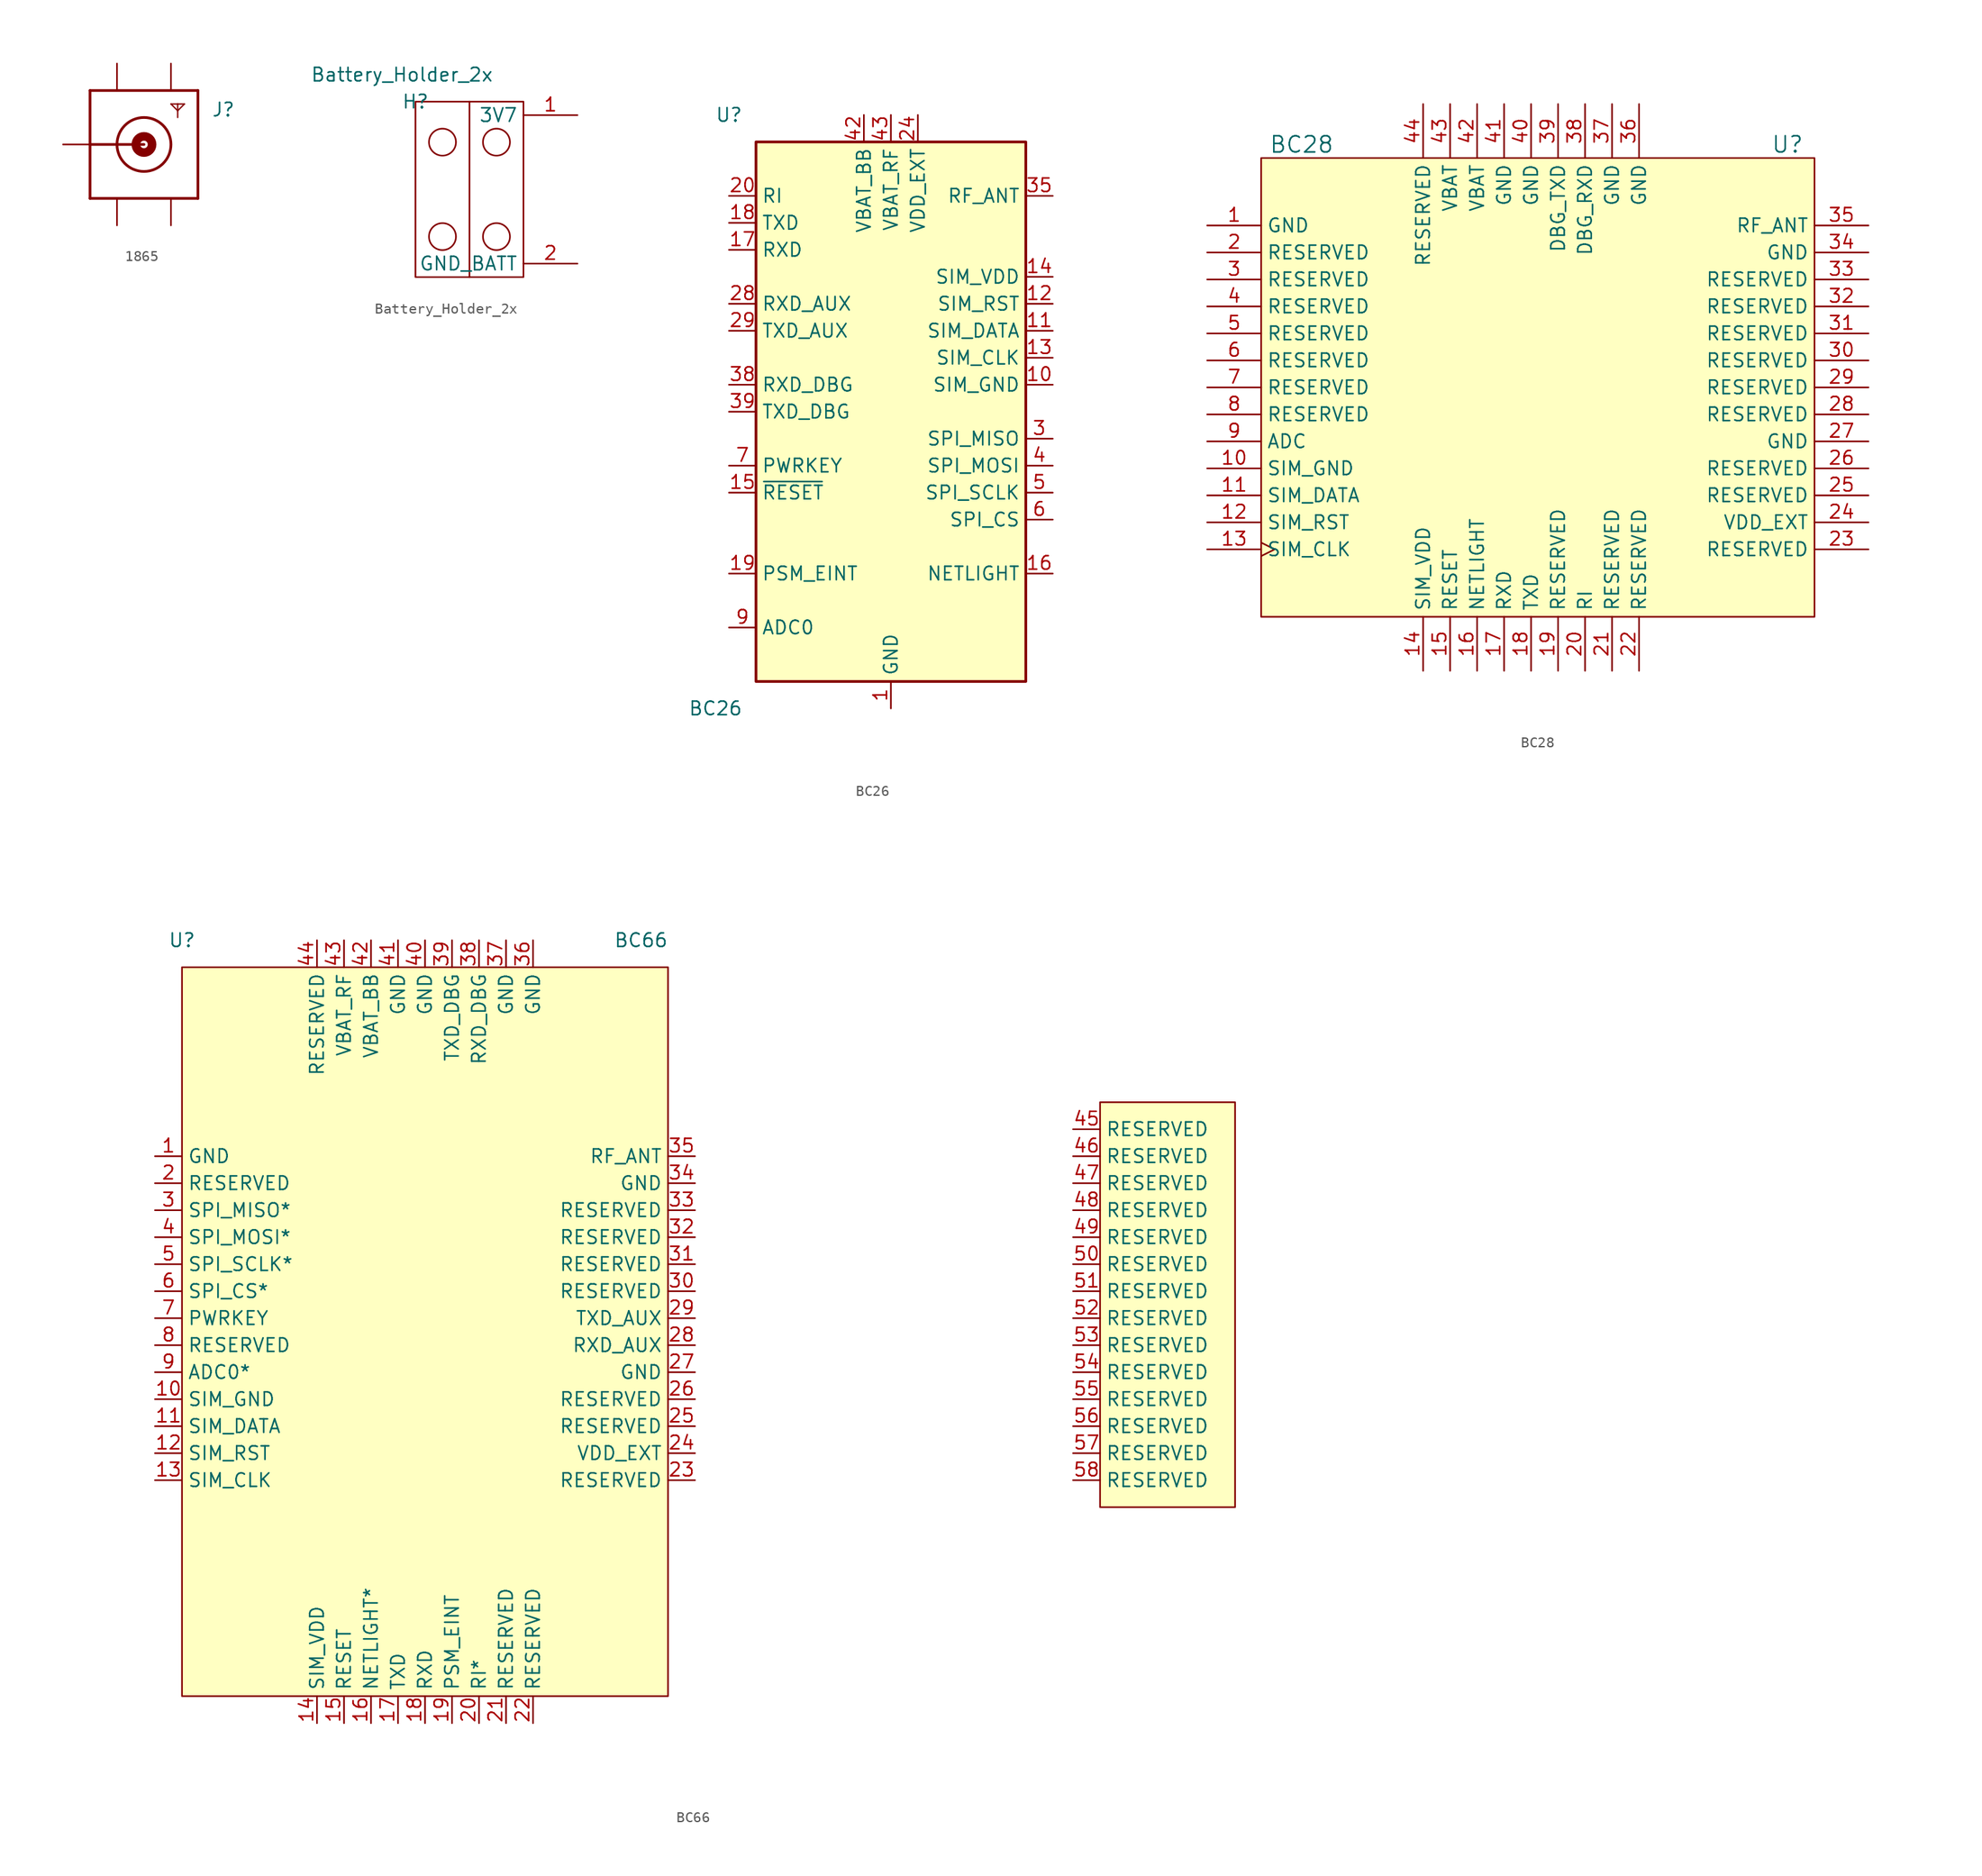
<source format=kicad_sym>
(kicad_symbol_lib
  (version 20200126)
  (host kicad_symbol_editor "(5.99.0-1734-g575ad7128)")
  (symbol "DLY_Customized:1865"
    (pin_numbers hide)
    (pin_names hide)
    (property "Reference" "J"
      (at 6.35 2.54 0)
      (effects (font (size 1.27 1.27)) (justify left bottom)))
    (property "ki_locked" ""
      (at 0 0 0))
    (symbol "1865_0_0"
      (circle (center 0 0) (radius 0.356) (stroke (width 0.813)))
      (circle (center 0 0) (radius 2.54) (stroke (width 0.254)))
      (polyline (pts (xy -5.08 -5.08) (xy -5.08 0)) (stroke (width 0.254)))
      (polyline (pts (xy -5.08 0) (xy -5.08 5.08)) (stroke (width 0.254)))
      (polyline (pts (xy -5.08 0) (xy 0 0)) (stroke (width 0.254)))
      (polyline (pts (xy -5.08 5.08) (xy 5.08 5.08)) (stroke (width 0.254)))
      (polyline (pts (xy 2.54 3.81) (xy 3.175 3.81)) (stroke (width 0.127)))
      (polyline (pts (xy 3.175 3.175) (xy 2.54 3.81)) (stroke (width 0.127)))
      (polyline (pts (xy 3.175 3.81) (xy 3.175 2.54)) (stroke (width 0.127)))
      (polyline (pts (xy 3.175 3.81) (xy 3.81 3.81)) (stroke (width 0.127)))
      (polyline (pts (xy 3.81 3.81) (xy 3.175 3.175)) (stroke (width 0.127)))
      (polyline (pts (xy 5.08 -5.08) (xy -5.08 -5.08)) (stroke (width 0.254)))
      (polyline (pts (xy 5.08 5.08) (xy 5.08 -5.08)) (stroke (width 0.254)))
      (pin power_in line (at 2.54 7.62 270) (length 2.54) (name "GND1" (effects (font (size 1.016 1.016)))) (number "GND1" (effects (font (size 1.016 1.016)))))
      (pin power_in line (at 2.54 -7.62 90) (length 2.54) (name "GND2" (effects (font (size 1.016 1.016)))) (number "GND2" (effects (font (size 1.016 1.016)))))
      (pin power_in line (at -2.54 -7.62 90) (length 2.54) (name "GND3" (effects (font (size 1.016 1.016)))) (number "GND3" (effects (font (size 1.016 1.016)))))
      (pin power_in line (at -2.54 7.62 270) (length 2.54) (name "GND4" (effects (font (size 1.016 1.016)))) (number "GND4" (effects (font (size 1.016 1.016)))))
      (pin bidirectional line (at -7.62 0 0) (length 2.54) (name "P" (effects (font (size 1.016 1.016)))) (number "P" (effects (font (size 1.016 1.016)))))))
  (symbol "DLY_Customized:Battery_Holder_2x"
    (property "Reference" "H"
      (at 0 0 0))
    (property "Value" "Battery_Holder_2x"
      (at -1.27 2.54 0))
    (symbol "Battery_Holder_2x_0_1"
      (circle (center 2.54 -12.7) (radius 1.27))
      (circle (center 2.54 -3.81) (radius 1.27))
      (circle (center 7.62 -12.7) (radius 1.27))
      (circle (center 7.62 -3.81) (radius 1.27))
      (rectangle (start 0 0) (end 10.16 -16.51))
      (polyline (pts (xy 5.08 -16.51) (xy 5.08 0))))
    (symbol "Battery_Holder_2x_1_1"
      (pin power_out line (at 15.24 -1.27 180) (length 5.08) (name "3V7") (number "1"))
      (pin power_in line (at 15.24 -15.24 180) (length 5.08) (name "GND_BATT") (number "2"))))
  (symbol "DLY_Customized:BC26"
    (pin_names
      (offset 0.508))
    (property "Reference" "U"
      (at -15.24 25.4 0))
    (property "Value" "BC26"
      (at -16.51 -30.48 0))
    (symbol "BC26_0_1"
      (rectangle (start -12.7 22.86) (end 12.7 -27.94) (stroke (width 0.254)) (fill (type background))))
    (symbol "BC26_1_1"
      (pin power_in line (at 0 -30.48 90) (length 2.54) (name "GND") (number "1"))
      (pin power_out line (at 15.24 0 180) (length 2.54) (name "SIM_GND") (number "10"))
      (pin bidirectional line (at 15.24 5.08 180) (length 2.54) (name "SIM_DATA") (number "11"))
      (pin output line (at 15.24 7.62 180) (length 2.54) (name "SIM_RST") (number "12"))
      (pin output line (at 15.24 2.54 180) (length 2.54) (name "SIM_CLK") (number "13"))
      (pin power_out line (at 15.24 10.16 180) (length 2.54) (name "SIM_VDD") (number "14"))
      (pin input line (at -15.24 -10.16 0) (length 2.54) (name "~RESET") (number "15"))
      (pin output line (at 15.24 -17.78 180) (length 2.54) (name "NETLIGHT") (number "16"))
      (pin input line (at -15.24 12.7 0) (length 2.54) (name "RXD") (number "17"))
      (pin output line (at -15.24 15.24 0) (length 2.54) (name "TXD") (number "18"))
      (pin input line (at -15.24 -17.78 0) (length 2.54) (name "PSM_EINT") (number "19"))
      (pin unconnected line (at -5.08 22.86 270) (length 2.54) (name "RESERVED") (number "2") hide)
      (pin output line (at -15.24 17.78 0) (length 2.54) (name "RI") (number "20"))
      (pin unconnected line (at -12.7 10.16 0) (length 2.54) (name "RESERVED") (number "21") hide)
      (pin unconnected line (at -12.7 2.54 0) (length 2.54) (name "RESERVED") (number "22") hide)
      (pin unconnected line (at -12.7 -5.08 0) (length 2.54) (name "RESERVED") (number "23") hide)
      (pin power_out line (at 2.54 25.4 270) (length 2.54) (name "VDD_EXT") (number "24"))
      (pin unconnected line (at -12.7 -12.7 0) (length 2.54) (name "RESERVED") (number "25") hide)
      (pin unconnected line (at -12.7 -20.32 0) (length 2.54) (name "RESERVED") (number "26") hide)
      (pin passive line (at 0 -30.48 90) (length 2.54) (name "GND") (number "27") hide)
      (pin input line (at -15.24 7.62 0) (length 2.54) (name "RXD_AUX") (number "28"))
      (pin output line (at -15.24 5.08 0) (length 2.54) (name "TXD_AUX") (number "29"))
      (pin input line (at 15.24 -5.08 180) (length 2.54) (name "SPI_MISO") (number "3"))
      (pin unconnected line (at -12.7 -25.4 0) (length 2.54) (name "RESERVED") (number "30") hide)
      (pin unconnected line (at -10.16 -27.94 90) (length 2.54) (name "RESERVED") (number "31") hide)
      (pin unconnected line (at -7.62 -27.94 90) (length 2.54) (name "RESERVED") (number "32") hide)
      (pin unconnected line (at -5.08 -27.94 90) (length 2.54) (name "RESERVED") (number "33") hide)
      (pin passive line (at 0 -30.48 90) (length 2.54) (name "GND") (number "34") hide)
      (pin passive line (at 15.24 17.78 180) (length 2.54) (name "RF_ANT") (number "35"))
      (pin passive line (at 0 -30.48 90) (length 2.54) (name "GND") (number "36") hide)
      (pin passive line (at 0 -30.48 90) (length 2.54) (name "GND") (number "37") hide)
      (pin input line (at -15.24 0 0) (length 2.54) (name "RXD_DBG") (number "38"))
      (pin output line (at -15.24 -2.54 0) (length 2.54) (name "TXD_DBG") (number "39"))
      (pin output line (at 15.24 -7.62 180) (length 2.54) (name "SPI_MOSI") (number "4"))
      (pin passive line (at 0 -30.48 90) (length 2.54) (name "GND") (number "40") hide)
      (pin passive line (at 0 -30.48 90) (length 2.54) (name "GND") (number "41") hide)
      (pin power_in line (at -2.54 25.4 270) (length 2.54) (name "VBAT_BB") (number "42"))
      (pin power_in line (at 0 25.4 270) (length 2.54) (name "VBAT_RF") (number "43"))
      (pin unconnected line (at -2.54 -27.94 90) (length 2.54) (name "RESERVED") (number "44") hide)
      (pin unconnected line (at 5.08 -27.94 90) (length 2.54) (name "RESERVED") (number "45") hide)
      (pin unconnected line (at 7.62 -27.94 90) (length 2.54) (name "RESERVED") (number "46") hide)
      (pin unconnected line (at 10.16 -27.94 90) (length 2.54) (name "RESERVED") (number "47") hide)
      (pin unconnected line (at 12.7 -25.4 180) (length 2.54) (name "RESERVED") (number "48") hide)
      (pin unconnected line (at 12.7 -22.86 180) (length 2.54) (name "RESERVED") (number "49") hide)
      (pin output line (at 15.24 -10.16 180) (length 2.54) (name "SPI_SCLK") (number "5"))
      (pin unconnected line (at 12.7 -20.32 180) (length 2.54) (name "RESERVED") (number "50") hide)
      (pin unconnected line (at -12.7 -15.24 0) (length 2.54) (name "RESERVED") (number "51") hide)
      (pin unconnected line (at 12.7 -15.24 180) (length 2.54) (name "RESERVED") (number "52") hide)
      (pin unconnected line (at 12.7 -2.54 180) (length 2.54) (name "RESERVED") (number "53") hide)
      (pin unconnected line (at 2.54 -27.94 90) (length 2.54) (name "RESERVED") (number "54") hide)
      (pin unconnected line (at 12.7 15.24 180) (length 2.54) (name "RESERVED") (number "55") hide)
      (pin unconnected line (at 12.7 12.7 180) (length 2.54) (name "RESERVED") (number "56") hide)
      (pin unconnected line (at 12.7 20.32 180) (length 2.54) (name "RESERVED") (number "57") hide)
      (pin unconnected line (at 5.08 22.86 270) (length 2.54) (name "RESERVED") (number "58") hide)
      (pin output line (at 15.24 -12.7 180) (length 2.54) (name "SPI_CS") (number "6"))
      (pin input line (at -15.24 -7.62 0) (length 2.54) (name "PWRKEY") (number "7"))
      (pin unconnected line (at -12.7 20.32 0) (length 2.54) (name "RESERVED") (number "8") hide)
      (pin input line (at -15.24 -22.86 0) (length 2.54) (name "ADC0") (number "9"))))
  (symbol "DLY_Customized:BC28"
    (property "Reference" "U"
      (at 49.53 1.27 0)
      (effects (font (size 1.524 1.524))))
    (property "Value" "BC28"
      (at 3.81 1.27 0)
      (effects (font (size 1.524 1.524))))
    (symbol "BC28_0_1"
      (rectangle (start 0 0) (end 52.07 -43.18) (fill (type background))))
    (symbol "BC28_1_1"
      (pin output line (at -5.08 -6.35 0) (length 5.08) (name "GND") (number "1"))
      (pin power_out line (at -5.08 -29.21 0) (length 5.08) (name "SIM_GND") (number "10"))
      (pin bidirectional line (at -5.08 -31.75 0) (length 5.08) (name "SIM_DATA") (number "11"))
      (pin input line (at -5.08 -34.29 0) (length 5.08) (name "SIM_RST") (number "12"))
      (pin input clock (at -5.08 -36.83 0) (length 5.08) (name "SIM_CLK") (number "13"))
      (pin power_out line (at 15.24 -48.26 90) (length 5.08) (name "SIM_VDD") (number "14"))
      (pin input line (at 17.78 -48.26 90) (length 5.08) (name "RESET") (number "15"))
      (pin input line (at 20.32 -48.26 90) (length 5.08) (name "NETLIGHT") (number "16"))
      (pin input line (at 22.86 -48.26 90) (length 5.08) (name "RXD") (number "17"))
      (pin output line (at 25.4 -48.26 90) (length 5.08) (name "TXD") (number "18"))
      (pin input line (at 27.94 -48.26 90) (length 5.08) (name "RESERVED") (number "19"))
      (pin input line (at -5.08 -8.89 0) (length 5.08) (name "RESERVED") (number "2"))
      (pin bidirectional line (at 30.48 -48.26 90) (length 5.08) (name "RI") (number "20"))
      (pin input line (at 33.02 -48.26 90) (length 5.08) (name "RESERVED") (number "21"))
      (pin input line (at 35.56 -48.26 90) (length 5.08) (name "RESERVED") (number "22"))
      (pin input line (at 57.15 -36.83 180) (length 5.08) (name "RESERVED") (number "23"))
      (pin output line (at 57.15 -34.29 180) (length 5.08) (name "VDD_EXT") (number "24"))
      (pin input line (at 57.15 -31.75 180) (length 5.08) (name "RESERVED") (number "25"))
      (pin input line (at 57.15 -29.21 180) (length 5.08) (name "RESERVED") (number "26"))
      (pin input line (at 57.15 -26.67 180) (length 5.08) (name "GND") (number "27"))
      (pin input line (at 57.15 -24.13 180) (length 5.08) (name "RESERVED") (number "28"))
      (pin input line (at 57.15 -21.59 180) (length 5.08) (name "RESERVED") (number "29"))
      (pin input line (at -5.08 -11.43 0) (length 5.08) (name "RESERVED") (number "3"))
      (pin input line (at 57.15 -19.05 180) (length 5.08) (name "RESERVED") (number "30"))
      (pin input line (at 57.15 -16.51 180) (length 5.08) (name "RESERVED") (number "31"))
      (pin input line (at 57.15 -13.97 180) (length 5.08) (name "RESERVED") (number "32"))
      (pin input line (at 57.15 -11.43 180) (length 5.08) (name "RESERVED") (number "33"))
      (pin input line (at 57.15 -8.89 180) (length 5.08) (name "GND") (number "34"))
      (pin output line (at 57.15 -6.35 180) (length 5.08) (name "RF_ANT") (number "35"))
      (pin input line (at 35.56 5.08 270) (length 5.08) (name "GND") (number "36"))
      (pin input line (at 33.02 5.08 270) (length 5.08) (name "GND") (number "37"))
      (pin input line (at 30.48 5.08 270) (length 5.08) (name "DBG_RXD") (number "38"))
      (pin input line (at 27.94 5.08 270) (length 5.08) (name "DBG_TXD") (number "39"))
      (pin input line (at -5.08 -13.97 0) (length 5.08) (name "RESERVED") (number "4"))
      (pin input line (at 25.4 5.08 270) (length 5.08) (name "GND") (number "40"))
      (pin input line (at 22.86 5.08 270) (length 5.08) (name "GND") (number "41"))
      (pin input line (at 20.32 5.08 270) (length 5.08) (name "VBAT") (number "42"))
      (pin input line (at 17.78 5.08 270) (length 5.08) (name "VBAT") (number "43"))
      (pin input line (at 15.24 5.08 270) (length 5.08) (name "RESERVED") (number "44"))
      (pin input line (at -5.08 -16.51 0) (length 5.08) (name "RESERVED") (number "5"))
      (pin input line (at -5.08 -19.05 0) (length 5.08) (name "RESERVED") (number "6"))
      (pin input line (at -5.08 -21.59 0) (length 5.08) (name "RESERVED") (number "7"))
      (pin input line (at -5.08 -24.13 0) (length 5.08) (name "RESERVED") (number "8"))
      (pin input line (at -5.08 -26.67 0) (length 5.08) (name "ADC") (number "9"))))
  (symbol "DLY_Customized:BC66"
    (property "Reference" "U"
      (at -12.7 15.24 0))
    (property "Value" "BC66"
      (at 30.48 15.24 0))
    (symbol "BC66_0_1"
      (rectangle (start -12.7 12.7) (end 33.02 -55.88) (fill (type background)))
      (rectangle (start 73.66 0) (end 86.36 -38.1) (fill (type background))))
    (symbol "BC66_1_1"
      (pin passive line (at -15.24 -5.08 0) (length 2.54) (name "GND") (number "1"))
      (pin passive line (at -15.24 -27.94 0) (length 2.54) (name "SIM_GND") (number "10"))
      (pin input line (at -15.24 -30.48 0) (length 2.54) (name "SIM_DATA") (number "11"))
      (pin input line (at -15.24 -33.02 0) (length 2.54) (name "SIM_RST") (number "12"))
      (pin input line (at -15.24 -35.56 0) (length 2.54) (name "SIM_CLK") (number "13"))
      (pin input line (at 0 -58.42 90) (length 2.54) (name "SIM_VDD") (number "14"))
      (pin input line (at 2.54 -58.42 90) (length 2.54) (name "RESET") (number "15"))
      (pin output line (at 5.08 -58.42 90) (length 2.54) (name "NETLIGHT*") (number "16"))
      (pin output line (at 7.62 -58.42 90) (length 2.54) (name "TXD") (number "17"))
      (pin input line (at 10.16 -58.42 90) (length 2.54) (name "RXD") (number "18"))
      (pin input line (at 12.7 -58.42 90) (length 2.54) (name "PSM_EINT") (number "19"))
      (pin passive line (at -15.24 -7.62 0) (length 2.54) (name "RESERVED") (number "2"))
      (pin output line (at 15.24 -58.42 90) (length 2.54) (name "RI*") (number "20"))
      (pin passive line (at 17.78 -58.42 90) (length 2.54) (name "RESERVED") (number "21"))
      (pin passive line (at 20.32 -58.42 90) (length 2.54) (name "RESERVED") (number "22"))
      (pin passive line (at 35.56 -35.56 180) (length 2.54) (name "RESERVED") (number "23"))
      (pin power_out line (at 35.56 -33.02 180) (length 2.54) (name "VDD_EXT") (number "24"))
      (pin passive line (at 35.56 -30.48 180) (length 2.54) (name "RESERVED") (number "25"))
      (pin passive line (at 35.56 -27.94 180) (length 2.54) (name "RESERVED") (number "26"))
      (pin passive line (at 35.56 -25.4 180) (length 2.54) (name "GND") (number "27"))
      (pin input line (at 35.56 -22.86 180) (length 2.54) (name "RXD_AUX") (number "28"))
      (pin output line (at 35.56 -20.32 180) (length 2.54) (name "TXD_AUX") (number "29"))
      (pin output line (at -15.24 -10.16 0) (length 2.54) (name "SPI_MISO*") (number "3"))
      (pin passive line (at 35.56 -17.78 180) (length 2.54) (name "RESERVED") (number "30"))
      (pin passive line (at 35.56 -15.24 180) (length 2.54) (name "RESERVED") (number "31"))
      (pin passive line (at 35.56 -12.7 180) (length 2.54) (name "RESERVED") (number "32"))
      (pin passive line (at 35.56 -10.16 180) (length 2.54) (name "RESERVED") (number "33"))
      (pin passive line (at 35.56 -7.62 180) (length 2.54) (name "GND") (number "34"))
      (pin power_out line (at 35.56 -5.08 180) (length 2.54) (name "RF_ANT") (number "35"))
      (pin passive line (at 20.32 15.24 270) (length 2.54) (name "GND") (number "36"))
      (pin passive line (at 17.78 15.24 270) (length 2.54) (name "GND") (number "37"))
      (pin input line (at 15.24 15.24 270) (length 2.54) (name "RXD_DBG") (number "38"))
      (pin output line (at 12.7 15.24 270) (length 2.54) (name "TXD_DBG") (number "39"))
      (pin input line (at -15.24 -12.7 0) (length 2.54) (name "SPI_MOSI*") (number "4"))
      (pin passive line (at 10.16 15.24 270) (length 2.54) (name "GND") (number "40"))
      (pin passive line (at 7.62 15.24 270) (length 2.54) (name "GND") (number "41"))
      (pin power_in line (at 5.08 15.24 270) (length 2.54) (name "VBAT_BB") (number "42"))
      (pin power_in line (at 2.54 15.24 270) (length 2.54) (name "VBAT_RF") (number "43"))
      (pin passive line (at 0 15.24 270) (length 2.54) (name "RESERVED") (number "44"))
      (pin passive line (at 71.12 -2.54 0) (length 2.54) (name "RESERVED") (number "45"))
      (pin passive line (at 71.12 -5.08 0) (length 2.54) (name "RESERVED") (number "46"))
      (pin passive line (at 71.12 -7.62 0) (length 2.54) (name "RESERVED") (number "47"))
      (pin passive line (at 71.12 -10.16 0) (length 2.54) (name "RESERVED") (number "48"))
      (pin passive line (at 71.12 -12.7 0) (length 2.54) (name "RESERVED") (number "49"))
      (pin input line (at -15.24 -15.24 0) (length 2.54) (name "SPI_SCLK*") (number "5"))
      (pin passive line (at 71.12 -15.24 0) (length 2.54) (name "RESERVED") (number "50"))
      (pin passive line (at 71.12 -17.78 0) (length 2.54) (name "RESERVED") (number "51"))
      (pin passive line (at 71.12 -20.32 0) (length 2.54) (name "RESERVED") (number "52"))
      (pin passive line (at 71.12 -22.86 0) (length 2.54) (name "RESERVED") (number "53"))
      (pin passive line (at 71.12 -25.4 0) (length 2.54) (name "RESERVED") (number "54"))
      (pin passive line (at 71.12 -27.94 0) (length 2.54) (name "RESERVED") (number "55"))
      (pin passive line (at 71.12 -30.48 0) (length 2.54) (name "RESERVED") (number "56"))
      (pin passive line (at 71.12 -33.02 0) (length 2.54) (name "RESERVED") (number "57"))
      (pin passive line (at 71.12 -35.56 0) (length 2.54) (name "RESERVED") (number "58"))
      (pin input line (at -15.24 -17.78 0) (length 2.54) (name "SPI_CS*") (number "6"))
      (pin input line (at -15.24 -20.32 0) (length 2.54) (name "PWRKEY") (number "7"))
      (pin passive line (at -15.24 -22.86 0) (length 2.54) (name "RESERVED") (number "8"))
      (pin input line (at -15.24 -25.4 0) (length 2.54) (name "ADC0*") (number "9")))))
</source>
